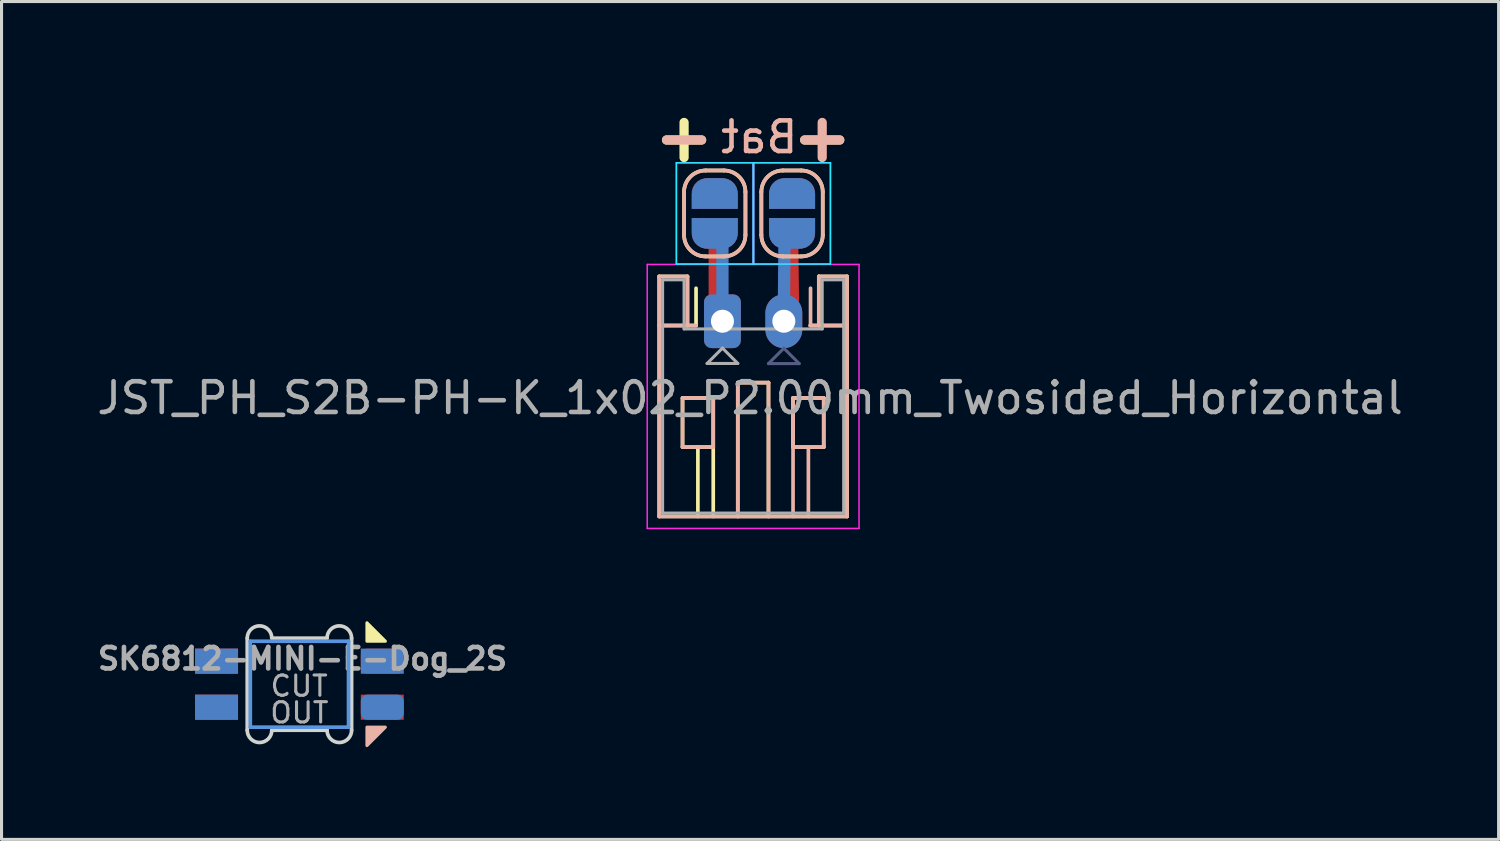
<source format=kicad_pcb>
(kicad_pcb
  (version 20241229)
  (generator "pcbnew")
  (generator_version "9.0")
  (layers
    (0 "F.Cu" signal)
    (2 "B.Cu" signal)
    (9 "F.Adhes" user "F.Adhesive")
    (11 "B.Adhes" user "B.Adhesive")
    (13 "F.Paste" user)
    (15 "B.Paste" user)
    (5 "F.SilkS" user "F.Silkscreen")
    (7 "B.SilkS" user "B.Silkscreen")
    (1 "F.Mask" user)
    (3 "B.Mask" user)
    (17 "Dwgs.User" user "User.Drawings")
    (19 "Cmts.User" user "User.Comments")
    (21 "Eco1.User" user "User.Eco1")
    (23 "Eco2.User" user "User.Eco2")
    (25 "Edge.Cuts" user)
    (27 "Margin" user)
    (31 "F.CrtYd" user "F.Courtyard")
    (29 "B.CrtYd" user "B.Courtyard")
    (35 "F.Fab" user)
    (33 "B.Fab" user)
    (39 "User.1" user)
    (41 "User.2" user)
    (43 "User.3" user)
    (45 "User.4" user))
  (footprint "SK6812-MINI-E-Dog_2S"
    (layer "F.Cu")
    (at 6.705 19.241)
    (property "Reference" "SK6812-MINI-E-Dog_2S" (at 0.1 -0.83 0) (unlocked yes) (layer "F.Fab") (effects (font (size 0.7 0.7) (thickness 0.15))))
    (attr through_hole)
    (fp_poly (pts (xy 2.8 -1.4) (xy 2.2 -1.4) (xy 2.2 -2)) (stroke (width 0.1) (type solid)) (fill yes) (layer "F.SilkS"))
    (fp_poly (pts (xy 2.2 2) (xy 2.2 1.4) (xy 2.8 1.4)) (stroke (width 0.1) (type solid)) (fill yes) (layer "B.SilkS"))
    (fp_line (start -1.696 1.496) (end -1.696 -0.85) (stroke (width 0.12) (type solid)) (layer "B.Adhes"))
    (fp_line (start -1.196 -1.35) (end 1.196 -1.35) (stroke (width 0.12) (type solid)) (layer "B.Adhes"))
    (fp_line (start 1.196 1.996) (end -1.196 1.996) (stroke (width 0.12) (type solid)) (layer "B.Adhes"))
    (fp_line (start 1.696 -0.85) (end 1.696 1.496) (stroke (width 0.12) (type solid)) (layer "B.Adhes"))
    (fp_arc (start -1.696447 -0.85) (mid -1.55 -1.203553) (end -1.196447 -1.35) (stroke (width 0.12) (type solid)) (layer "B.Adhes"))
    (fp_arc (start -1.196447 1.996447) (mid -1.55 1.85) (end -1.696447 1.496447) (stroke (width 0.12) (type solid)) (layer "B.Adhes"))
    (fp_arc (start 1.196446 -1.35) (mid 1.550001 -1.203555) (end 1.696446 -0.85) (stroke (width 0.12) (type solid)) (layer "B.Adhes"))
    (fp_arc (start 1.696447 1.496447) (mid 1.55 1.85) (end 1.196447 1.996447) (stroke (width 0.12) (type solid)) (layer "B.Adhes"))
    (fp_line (start -1.6 -1.4) (end 1.6 -1.4) (stroke (width 0.12) (type solid)) (layer "Cmts.User"))
    (fp_line (start -1.6 1.4) (end -1.6 -1.4) (stroke (width 0.12) (type solid)) (layer "Cmts.User"))
    (fp_line (start 1.6 -1.4) (end 1.6 1.4) (stroke (width 0.12) (type solid)) (layer "Cmts.User"))
    (fp_line (start 1.6 1.4) (end -1.6 1.4) (stroke (width 0.12) (type solid)) (layer "Cmts.User"))
    (fp_line (start -1.7 1.5) (end -1.7 -1.5) (stroke (width 0.12) (type solid)) (layer "Edge.Cuts"))
    (fp_line (start -0.9 -1.5) (end 0.9 -1.5) (stroke (width 0.12) (type solid)) (layer "Edge.Cuts"))
    (fp_line (start 0.9 1.5) (end -0.9 1.5) (stroke (width 0.12) (type solid)) (layer "Edge.Cuts"))
    (fp_line (start 1.7 -1.5) (end 1.7 1.5) (stroke (width 0.12) (type solid)) (layer "Edge.Cuts"))
    (fp_arc (start -1.7 -1.5) (mid -1.3 -1.9) (end -0.9 -1.5) (stroke (width 0.12) (type solid)) (layer "Edge.Cuts"))
    (fp_arc (start -0.9 1.5) (mid -1.3 1.9) (end -1.7 1.5) (stroke (width 0.12) (type solid)) (layer "Edge.Cuts"))
    (fp_arc (start 0.9 -1.5) (mid 1.3 -1.9) (end 1.7 -1.5) (stroke (width 0.12) (type solid)) (layer "Edge.Cuts"))
    (fp_arc (start 1.7 1.5) (mid 1.3 1.9) (end 0.9 1.5) (stroke (width 0.12) (type solid)) (layer "Edge.Cuts"))
    (fp_text user "CUT" (at -0.01 0.06 0) (layer "F.Fab") (effects (font (size 0.66 0.66) (thickness 0.1))))
    (fp_text user "OUT" (at 0 0.93 0) (layer "F.Fab") (effects (font (size 0.66 0.66) (thickness 0.1))))
    (pad "1" smd rect (at -2.7 -0.75) (size 1.4 0.82) (layers "B.Cu" "B.Mask" "B.Paste"))
    (pad "1" smd rect (at -2.7 0.75) (size 1.4 0.82) (layers "F.Cu" "F.Mask" "F.Paste"))
    (pad "2" smd rect (at -2.7 -0.75) (size 1.4 0.82) (layers "F.Cu" "F.Mask" "F.Paste"))
    (pad "2" smd rect (at -2.7 0.75) (size 1.4 0.82) (layers "B.Cu" "B.Mask" "B.Paste"))
    (pad "3" smd roundrect (at 2.7 -0.75) (size 1.4 0.82) (layers "F.Cu" "F.Mask" "F.Paste") (roundrect_rratio 0.25))
    (pad "3" smd roundrect (at 2.7 0.75) (size 1.4 0.82) (layers "B.Cu" "B.Mask" "B.Paste") (roundrect_rratio 0.25))
    (pad "4" smd rect (at 2.7 -0.75) (size 1.4 0.82) (layers "B.Cu" "B.Mask" "B.Paste"))
    (pad "4" smd rect (at 2.7 0.75) (size 1.4 0.82) (layers "F.Cu" "F.Mask" "F.Paste")))
  (footprint "JST_PH_S2B-PH-K_1x02_P2.00mm_Twosided_Horizontal"
    (layer "F.Cu")
    (at 20.487 7.416)
    (property "Reference" "JST_PH_S2B-PH-K_1x02_P2.00mm_Twosided_Horizontal" (at 0.9 2.5 180) (layer "F.Fab") (effects (font (size 1 1) (thickness 0.15))))
    (attr through_hole allow_soldermask_bridges)
    (private_layers "User.9")
    (fp_line (start -2.06 -1.46) (end -2.06 6.36) (stroke (width 0.12) (type solid)) (layer "F.SilkS"))
    (fp_line (start -2.06 0.14) (end -1.14 0.14) (stroke (width 0.12) (type solid)) (layer "F.SilkS"))
    (fp_line (start -2.06 6.36) (end 4.06 6.36) (stroke (width 0.12) (type solid)) (layer "F.SilkS"))
    (fp_line (start -1.3 2.5) (end -1.3 4.1) (stroke (width 0.12) (type solid)) (layer "F.SilkS"))
    (fp_line (start -1.3 4.1) (end -0.3 4.1) (stroke (width 0.12) (type solid)) (layer "F.SilkS"))
    (fp_line (start -1.251 -2.812) (end -1.251 -4.212) (stroke (width 0.12) (type solid)) (layer "F.SilkS"))
    (fp_line (start -1.14 -1.46) (end -2.06 -1.46) (stroke (width 0.12) (type solid)) (layer "F.SilkS"))
    (fp_line (start -1.14 0.14) (end -1.14 -1.46) (stroke (width 0.12) (type solid)) (layer "F.SilkS"))
    (fp_line (start -0.86 0.14) (end -1.14 0.14) (stroke (width 0.12) (type solid)) (layer "F.SilkS"))
    (fp_line (start -0.86 0.14) (end -0.86 -1.075) (stroke (width 0.12) (type solid)) (layer "F.SilkS"))
    (fp_line (start -0.8 4.1) (end -0.8 6.36) (stroke (width 0.12) (type solid)) (layer "F.SilkS"))
    (fp_line (start -0.551 -4.912) (end 0.049 -4.912) (stroke (width 0.12) (type solid)) (layer "F.SilkS"))
    (fp_line (start -0.3 2.5) (end -1.3 2.5) (stroke (width 0.12) (type solid)) (layer "F.SilkS"))
    (fp_line (start -0.3 4.1) (end -0.3 2.5) (stroke (width 0.12) (type solid)) (layer "F.SilkS"))
    (fp_line (start -0.3 4.1) (end -0.3 6.36) (stroke (width 0.12) (type solid)) (layer "F.SilkS"))
    (fp_line (start 0.049 -2.112) (end -0.551 -2.112) (stroke (width 0.12) (type solid)) (layer "F.SilkS"))
    (fp_line (start 0.5 2) (end 1.5 2) (stroke (width 0.12) (type solid)) (layer "F.SilkS"))
    (fp_line (start 0.5 6.36) (end 0.5 2) (stroke (width 0.12) (type solid)) (layer "F.SilkS"))
    (fp_line (start 0.749 -4.212) (end 0.749 -2.812) (stroke (width 0.12) (type solid)) (layer "F.SilkS"))
    (fp_line (start 1.268 -2.812) (end 1.268 -4.212) (stroke (width 0.12) (type solid)) (layer "F.SilkS"))
    (fp_line (start 1.5 2) (end 1.5 6.36) (stroke (width 0.12) (type solid)) (layer "F.SilkS"))
    (fp_line (start 1.968 -4.912) (end 2.568 -4.912) (stroke (width 0.12) (type solid)) (layer "F.SilkS"))
    (fp_line (start 2.3 2.5) (end 3.3 2.5) (stroke (width 0.12) (type solid)) (layer "F.SilkS"))
    (fp_line (start 2.3 4.1) (end 2.3 2.5) (stroke (width 0.12) (type solid)) (layer "F.SilkS"))
    (fp_line (start 2.568 -2.112) (end 1.968 -2.112) (stroke (width 0.12) (type solid)) (layer "F.SilkS"))
    (fp_line (start 3.14 -1.46) (end 3.14 0.14) (stroke (width 0.12) (type solid)) (layer "F.SilkS"))
    (fp_line (start 3.14 0.14) (end 2.86 0.14) (stroke (width 0.12) (type solid)) (layer "F.SilkS"))
    (fp_line (start 3.268 -4.212) (end 3.268 -2.812) (stroke (width 0.12) (type solid)) (layer "F.SilkS"))
    (fp_line (start 3.3 2.5) (end 3.3 4.1) (stroke (width 0.12) (type solid)) (layer "F.SilkS"))
    (fp_line (start 3.3 4.1) (end 2.3 4.1) (stroke (width 0.12) (type solid)) (layer "F.SilkS"))
    (fp_line (start 4.06 -1.46) (end 3.14 -1.46) (stroke (width 0.12) (type solid)) (layer "F.SilkS"))
    (fp_line (start 4.06 0.14) (end 3.14 0.14) (stroke (width 0.12) (type solid)) (layer "F.SilkS"))
    (fp_line (start 4.06 6.36) (end 4.06 -1.46) (stroke (width 0.12) (type solid)) (layer "F.SilkS"))
    (fp_arc (start -1.25131 -4.21165) (mid -1.046284 -4.706624) (end -0.55131 -4.91165) (stroke (width 0.12) (type solid)) (layer "F.SilkS"))
    (fp_arc (start -0.55131 -2.11165) (mid -1.046283 -2.316675) (end -1.251311 -2.811649) (stroke (width 0.12) (type solid)) (layer "F.SilkS"))
    (fp_arc (start 0.04869 -4.91165) (mid 0.543666 -4.706625) (end 0.74869 -4.21165) (stroke (width 0.12) (type solid)) (layer "F.SilkS"))
    (fp_arc (start 0.74869 -2.81165) (mid 0.543665 -2.316675) (end 0.048689 -2.11165) (stroke (width 0.12) (type solid)) (layer "F.SilkS"))
    (fp_arc (start 1.268296 -4.211649) (mid 1.473321 -4.706624) (end 1.968297 -4.911649) (stroke (width 0.12) (type solid)) (layer "F.SilkS"))
    (fp_arc (start 1.968295 -2.11165) (mid 1.47332 -2.316675) (end 1.268295 -2.811649) (stroke (width 0.12) (type solid)) (layer "F.SilkS"))
    (fp_arc (start 2.568296 -4.911649) (mid 3.06327 -4.706624) (end 3.268296 -4.211651) (stroke (width 0.12) (type solid)) (layer "F.SilkS"))
    (fp_arc (start 3.268296 -2.81165) (mid 3.063271 -2.316675) (end 2.568296 -2.111649) (stroke (width 0.12) (type solid)) (layer "F.SilkS"))
    (fp_line (start -2.06 -1.46) (end -1.14 -1.46) (stroke (width 0.12) (type solid)) (layer "B.SilkS"))
    (fp_line (start -2.06 0.14) (end -1.14 0.14) (stroke (width 0.12) (type solid)) (layer "B.SilkS"))
    (fp_line (start -2.06 6.36) (end -2.06 -1.46) (stroke (width 0.12) (type solid)) (layer "B.SilkS"))
    (fp_line (start -1.3 2.5) (end -1.3 4.1) (stroke (width 0.12) (type solid)) (layer "B.SilkS"))
    (fp_line (start -1.3 4.1) (end -0.3 4.1) (stroke (width 0.12) (type solid)) (layer "B.SilkS"))
    (fp_line (start -1.25 -4.212) (end -1.25 -2.812) (stroke (width 0.12) (type solid)) (layer "B.SilkS"))
    (fp_line (start -1.14 -1.46) (end -1.14 0.14) (stroke (width 0.12) (type solid)) (layer "B.SilkS"))
    (fp_line (start -1.14 0.14) (end -0.86 0.14) (stroke (width 0.12) (type solid)) (layer "B.SilkS"))
    (fp_line (start -0.55 -2.112) (end 0.05 -2.112) (stroke (width 0.12) (type solid)) (layer "B.SilkS"))
    (fp_line (start -0.3 2.5) (end -1.3 2.5) (stroke (width 0.12) (type solid)) (layer "B.SilkS"))
    (fp_line (start -0.3 4.1) (end -0.3 2.5) (stroke (width 0.12) (type solid)) (layer "B.SilkS"))
    (fp_line (start 0.05 -4.912) (end -0.55 -4.912) (stroke (width 0.12) (type solid)) (layer "B.SilkS"))
    (fp_line (start 0.5 2) (end 0.5 6.36) (stroke (width 0.12) (type solid)) (layer "B.SilkS"))
    (fp_line (start 0.75 -2.812) (end 0.75 -4.212) (stroke (width 0.12) (type solid)) (layer "B.SilkS"))
    (fp_line (start 1.268 -4.212) (end 1.268 -2.812) (stroke (width 0.12) (type solid)) (layer "B.SilkS"))
    (fp_line (start 1.5 2) (end 0.5 2) (stroke (width 0.12) (type solid)) (layer "B.SilkS"))
    (fp_line (start 1.5 6.36) (end 1.5 2) (stroke (width 0.12) (type solid)) (layer "B.SilkS"))
    (fp_line (start 1.968 -2.112) (end 2.568 -2.112) (stroke (width 0.12) (type solid)) (layer "B.SilkS"))
    (fp_line (start 2.3 2.5) (end 3.3 2.5) (stroke (width 0.12) (type solid)) (layer "B.SilkS"))
    (fp_line (start 2.3 4.1) (end 2.3 2.5) (stroke (width 0.12) (type solid)) (layer "B.SilkS"))
    (fp_line (start 2.3 4.1) (end 2.3 6.36) (stroke (width 0.12) (type solid)) (layer "B.SilkS"))
    (fp_line (start 2.568 -4.912) (end 1.968 -4.912) (stroke (width 0.12) (type solid)) (layer "B.SilkS"))
    (fp_line (start 2.8 4.1) (end 2.8 6.36) (stroke (width 0.12) (type solid)) (layer "B.SilkS"))
    (fp_line (start 2.86 0.14) (end 3.14 0.14) (stroke (width 0.12) (type solid)) (layer "B.SilkS"))
    (fp_line (start 2.87 0.14) (end 2.87 -1.075) (stroke (width 0.12) (type solid)) (layer "B.SilkS"))
    (fp_line (start 3.14 -1.46) (end 4.06 -1.46) (stroke (width 0.12) (type solid)) (layer "B.SilkS"))
    (fp_line (start 3.14 0.14) (end 3.14 -1.46) (stroke (width 0.12) (type solid)) (layer "B.SilkS"))
    (fp_line (start 3.268 -2.812) (end 3.268 -4.212) (stroke (width 0.12) (type solid)) (layer "B.SilkS"))
    (fp_line (start 3.3 2.5) (end 3.3 4.1) (stroke (width 0.12) (type solid)) (layer "B.SilkS"))
    (fp_line (start 3.3 4.1) (end 2.3 4.1) (stroke (width 0.12) (type solid)) (layer "B.SilkS"))
    (fp_line (start 4.06 -1.46) (end 4.06 6.36) (stroke (width 0.12) (type solid)) (layer "B.SilkS"))
    (fp_line (start 4.06 0.14) (end 3.14 0.14) (stroke (width 0.12) (type solid)) (layer "B.SilkS"))
    (fp_line (start 4.06 6.36) (end -2.06 6.36) (stroke (width 0.12) (type solid)) (layer "B.SilkS"))
    (fp_arc (start -1.25 -4.211651) (mid -1.044974 -4.706624) (end -0.550001 -4.911651) (stroke (width 0.12) (type solid)) (layer "B.SilkS"))
    (fp_arc (start -0.550001 -2.11165) (mid -1.044975 -2.316677) (end -1.250002 -2.811652) (stroke (width 0.12) (type solid)) (layer "B.SilkS"))
    (fp_arc (start 0.049999 -4.911651) (mid 0.544976 -4.706627) (end 0.75 -4.211651) (stroke (width 0.12) (type solid)) (layer "B.SilkS"))
    (fp_arc (start 0.749999 -2.811651) (mid 0.544974 -2.316676) (end 0.05 -2.111649) (stroke (width 0.12) (type solid)) (layer "B.SilkS"))
    (fp_arc (start 1.268296 -4.211649) (mid 1.473321 -4.706624) (end 1.968297 -4.911649) (stroke (width 0.12) (type solid)) (layer "B.SilkS"))
    (fp_arc (start 1.968295 -2.11165) (mid 1.47332 -2.316675) (end 1.268295 -2.811649) (stroke (width 0.12) (type solid)) (layer "B.SilkS"))
    (fp_arc (start 2.568296 -4.911649) (mid 3.06327 -4.706624) (end 3.268296 -4.211651) (stroke (width 0.12) (type solid)) (layer "B.SilkS"))
    (fp_arc (start 3.268296 -2.81165) (mid 3.063271 -2.316675) (end 2.568296 -2.111649) (stroke (width 0.12) (type solid)) (layer "B.SilkS"))
    (fp_line (start -0.658 -0.638) (end -0.658 0.638) (stroke (width 0.12) (type solid)) (layer "B.Adhes"))
    (fp_line (start -0.358 -0.938) (end 0.36 -0.938) (stroke (width 0.12) (type solid)) (layer "B.Adhes"))
    (fp_line (start -0.358 0.938) (end 0.36 0.94) (stroke (width 0.12) (type solid)) (layer "B.Adhes"))
    (fp_line (start 0.66 0.64) (end 0.66 -0.638) (stroke (width 0.12) (type solid)) (layer "B.Adhes"))
    (fp_arc (start -0.657867 -0.637867) (mid -0.57 -0.85) (end -0.357867 -0.937868) (stroke (width 0.12) (type solid)) (layer "B.Adhes"))
    (fp_arc (start -0.357867 0.937869) (mid -0.57 0.850002) (end -0.657868 0.637869) (stroke (width 0.12) (type solid)) (layer "B.Adhes"))
    (fp_arc (start 0.36 -0.937867) (mid 0.572132 -0.849999) (end 0.66 -0.637867) (stroke (width 0.12) (type solid)) (layer "B.Adhes"))
    (fp_arc (start 0.66 0.64) (mid 0.572132 0.852132) (end 0.36 0.940001) (stroke (width 0.12) (type solid)) (layer "B.Adhes"))
    (fp_line (start -1.5 -5.162) (end -1.5 -1.862) (stroke (width 0.05) (type solid)) (layer "B.CrtYd"))
    (fp_line (start -1.5 -5.162) (end 1 -5.162) (stroke (width 0.05) (type solid)) (layer "B.CrtYd"))
    (fp_line (start 1 -1.862) (end -1.5 -1.862) (stroke (width 0.05) (type solid)) (layer "B.CrtYd"))
    (fp_line (start 1 -1.862) (end 1 -5.162) (stroke (width 0.05) (type solid)) (layer "B.CrtYd"))
    (fp_line (start 1.018 -5.162) (end 1.018 -1.862) (stroke (width 0.05) (type solid)) (layer "B.CrtYd"))
    (fp_line (start 1.018 -5.162) (end 3.518 -5.162) (stroke (width 0.05) (type solid)) (layer "B.CrtYd"))
    (fp_line (start 3.518 -1.862) (end 1.018 -1.862) (stroke (width 0.05) (type solid)) (layer "B.CrtYd"))
    (fp_line (start 3.518 -1.862) (end 3.518 -5.162) (stroke (width 0.05) (type solid)) (layer "B.CrtYd"))
    (fp_line (start -2.45 -1.85) (end -2.45 6.75) (stroke (width 0.05) (type solid)) (layer "F.CrtYd"))
    (fp_line (start -2.45 6.75) (end 4.45 6.75) (stroke (width 0.05) (type solid)) (layer "F.CrtYd"))
    (fp_line (start -1.501 -1.862) (end -1.501 -5.162) (stroke (width 0.05) (type solid)) (layer "F.CrtYd"))
    (fp_line (start -1.501 -1.862) (end 0.999 -1.862) (stroke (width 0.05) (type solid)) (layer "F.CrtYd"))
    (fp_line (start 0.999 -5.162) (end -1.501 -5.162) (stroke (width 0.05) (type solid)) (layer "F.CrtYd"))
    (fp_line (start 0.999 -5.162) (end 0.999 -1.862) (stroke (width 0.05) (type solid)) (layer "F.CrtYd"))
    (fp_line (start 1.018 -1.862) (end 1.018 -5.162) (stroke (width 0.05) (type solid)) (layer "F.CrtYd"))
    (fp_line (start 1.018 -1.862) (end 3.518 -1.862) (stroke (width 0.05) (type solid)) (layer "F.CrtYd"))
    (fp_line (start 3.518 -5.162) (end 1.018 -5.162) (stroke (width 0.05) (type solid)) (layer "F.CrtYd"))
    (fp_line (start 3.518 -5.162) (end 3.518 -1.862) (stroke (width 0.05) (type solid)) (layer "F.CrtYd"))
    (fp_line (start 4.45 -1.85) (end -2.45 -1.85) (stroke (width 0.05) (type solid)) (layer "F.CrtYd"))
    (fp_line (start 4.45 6.75) (end 4.45 -1.85) (stroke (width 0.05) (type solid)) (layer "F.CrtYd"))
    (fp_line (start 1.5 1.38) (end 2 0.88) (stroke (width 0.1) (type solid)) (layer "B.Fab"))
    (fp_line (start 2 0.88) (end 2.5 1.38) (stroke (width 0.1) (type solid)) (layer "B.Fab"))
    (fp_line (start 2.5 1.38) (end 1.5 1.38) (stroke (width 0.1) (type solid)) (layer "B.Fab"))
    (fp_line (start -1.95 -1.35) (end -1.95 6.25) (stroke (width 0.1) (type solid)) (layer "F.Fab"))
    (fp_line (start -1.95 6.25) (end 3.95 6.25) (stroke (width 0.1) (type solid)) (layer "F.Fab"))
    (fp_line (start -1.25 -1.35) (end -1.95 -1.35) (stroke (width 0.1) (type solid)) (layer "F.Fab"))
    (fp_line (start -1.25 0.25) (end -1.25 -1.35) (stroke (width 0.1) (type solid)) (layer "F.Fab"))
    (fp_line (start -0.5 1.375) (end 0.5 1.375) (stroke (width 0.1) (type solid)) (layer "F.Fab"))
    (fp_line (start 0 0.875) (end -0.5 1.375) (stroke (width 0.1) (type solid)) (layer "F.Fab"))
    (fp_line (start 0.5 1.375) (end 0 0.875) (stroke (width 0.1) (type solid)) (layer "F.Fab"))
    (fp_line (start 3.25 -1.35) (end 3.25 0.25) (stroke (width 0.1) (type solid)) (layer "F.Fab"))
    (fp_line (start 3.25 0.25) (end -1.25 0.25) (stroke (width 0.1) (type solid)) (layer "F.Fab"))
    (fp_line (start 3.95 -1.35) (end 3.25 -1.35) (stroke (width 0.1) (type solid)) (layer "F.Fab"))
    (fp_line (start 3.95 6.25) (end 3.95 -1.35) (stroke (width 0.1) (type solid)) (layer "F.Fab"))
    (fp_text user "+" (at -1.25 -6.012 0) (layer "F.SilkS") (effects (font (size 1.5 1.5) (thickness 0.3)) (justify mirror)))
    (fp_text user "-" (at 3.25 -6.012 180) (layer "F.SilkS") (effects (font (size 1.5 1.5) (thickness 0.3)) (justify mirror)))
    (fp_text user "-" (at -1.25 -6.012 180) (layer "B.SilkS") (effects (font (size 1.5 1.5) (thickness 0.3))))
    (fp_text user "Bat" (at 1.2 -6 180) (layer "B.SilkS") (effects (font (size 1 1) (thickness 0.15)) (justify mirror)))
    (fp_text user "+" (at 3.25 -6.012 0) (layer "B.SilkS") (effects (font (size 1.5 1.5) (thickness 0.3))))
    (pad "" smd oval (at 2 0.000001) (size 1.3 1.85) (layers "B.Adhes"))
    (pad "1" smd custom (at -0.25 -4.162 90) (size 1 0.5) (layers "B.Cu" "B.Mask") (options (anchor rect)) (primitives (gr_circle (center 0 -0.25) (end 0.5 -0.25) (width 0) (fill yes)) (gr_circle (center 0 0.25) (end 0.5 0.25) (width 0) (fill yes)) (gr_poly (pts (xy 0 -0.75) (xy -0.5 -0.75) (xy -0.5 0.75) (xy 0 0.75)) (width 0) (fill yes))))
    (pad "1" smd custom (at 2.268 -4.162 90) (size 1 0.5) (layers "F.Cu" "F.Mask") (options (anchor rect)) (primitives (gr_circle (center 0 0.25) (end 0.5 0.25) (width 0) (fill yes)) (gr_circle (center 0 -0.25) (end 0.5 -0.25) (width 0) (fill yes)) (gr_poly (pts (xy 0 0.75) (xy -0.5 0.75) (xy -0.5 -0.75) (xy 0 -0.75)) (width 0) (fill yes))))
    (pad "2" smd custom (at -0.251 -4.162 90) (size 1 0.5) (layers "F.Cu" "F.Mask") (options (anchor rect)) (primitives (gr_poly (pts (xy 0 0.75) (xy -0.5 0.75) (xy -0.5 -0.75) (xy 0 -0.75)) (width 0) (fill yes)) (gr_circle (center 0 -0.25) (end 0.5 -0.25) (width 0) (fill yes)) (gr_circle (center 0 0.25) (end 0.5 0.25) (width 0) (fill yes))))
    (pad "2" smd custom (at 2.268 -4.162 90) (size 1 0.5) (layers "B.Cu" "B.Mask") (options (anchor rect)) (primitives (gr_circle (center 0 -0.25) (end 0.5 -0.25) (width 0) (fill yes)) (gr_circle (center 0 0.25) (end 0.5 0.25) (width 0) (fill yes)) (gr_poly (pts (xy 0 -0.75) (xy -0.5 -0.75) (xy -0.5 0.75) (xy 0 0.75)) (width 0) (fill yes))))
    (pad "3" smd custom (at -0.251 -2.862 90) (size 1 0.5) (layers "F.Cu" "F.Mask") (options (anchor rect)) (primitives (gr_poly (pts (xy 0.5 0.75) (xy 0 0.75) (xy 0 -0.75) (xy 0.5 -0.75)) (width 0) (fill yes)) (gr_circle (center 0 -0.25) (end 0.5 -0.25) (width 0) (fill yes)) (gr_circle (center 0 0.25) (end 0.5 0.25) (width 0) (fill yes)) (gr_line (start 0 0) (end -2.6 0.001) (width 0.4)) (gr_line (start -2.862 0.251) (end -2.6 0.001) (width 0.4))))
    (pad "3" smd custom (at -0.25 -2.862 90) (size 1 0.5) (layers "B.Cu" "B.Mask") (options (anchor rect)) (primitives (gr_poly (pts (xy 0.5 -0.75) (xy 0 -0.75) (xy 0 0.75) (xy 0.5 0.75)) (width 0) (fill yes)) (gr_circle (center 0 0.25) (end 0.5 0.25) (width 0) (fill yes)) (gr_circle (center 0 -0.25) (end 0.5 -0.25) (width 0) (fill yes)) (gr_line (start -2.862 0.25) (end -0.462 0.25) (width 0.4)) (gr_line (start -0.462 0.25) (end 0 0) (width 0.4))))
    (pad "3" thru_hole custom (at 0 0) (size 1.2 1.2) (drill 0.75) (layers "*.Cu" "*.Mask") (options (anchor circle)) (primitives (gr_poly (pts (xy -0.6 -0.625) (xy -0.581 -0.721) (xy -0.527 -0.802) (xy -0.446 -0.856) (xy -0.35 -0.875) (xy 0.35 -0.875) (xy 0.446 -0.856) (xy 0.527 -0.802) (xy 0.581 -0.721) (xy 0.6 -0.625) (xy 0.6 0.625) (xy 0.581 0.721) (xy 0.527 0.802) (xy 0.446 0.856) (xy 0.35 0.875) (xy -0.35 0.875) (xy -0.446 0.856) (xy -0.527 0.802) (xy -0.581 0.721) (xy -0.6 0.625)) (width 0) (fill yes))))
    (pad "4" thru_hole oval (at 2 0.000001) (size 1.2 1.75) (drill 0.75) (layers "*.Cu" "*.Mask"))
    (pad "4" smd custom (at 2.268 -2.862 90) (size 1 0.5) (layers "F.Cu" "F.Mask") (options (anchor rect)) (primitives (gr_poly (pts (xy 0.5 0.75) (xy 0 0.75) (xy 0 -0.75) (xy 0.5 -0.75)) (width 0) (fill yes)) (gr_circle (center 0 -0.25) (end 0.5 -0.25) (width 0) (fill yes)) (gr_circle (center 0 0.25) (end 0.5 0.25) (width 0) (fill yes)) (gr_line (start 0 0) (end -2.5 0.032) (width 0.4)) (gr_line (start -2.5 0.032) (end -2.862 -0.268) (width 0.4))))
    (pad "4" smd custom (at 2.268 -2.862 90) (size 1 0.5) (layers "B.Cu" "B.Mask") (options (anchor rect)) (primitives (gr_poly (pts (xy 0.5 -0.75) (xy 0 -0.75) (xy 0 0.75) (xy 0.5 0.75)) (width 0) (fill yes)) (gr_circle (center 0 0.25) (end 0.5 0.25) (width 0) (fill yes)) (gr_circle (center 0 -0.25) (end 0.5 -0.25) (width 0) (fill yes)) (gr_line (start -0.5 -0.25) (end 0 0) (width 0.4)) (gr_line (start -2.862 -0.268) (end -0.512 -0.25) (width 0.4)))))
  (gr_rect
    (start -3 -3)
    (end 45.774 24.297)
    (stroke (width 0.1) (type default))
    (fill no)
    (layer "Edge.Cuts")))
</source>
